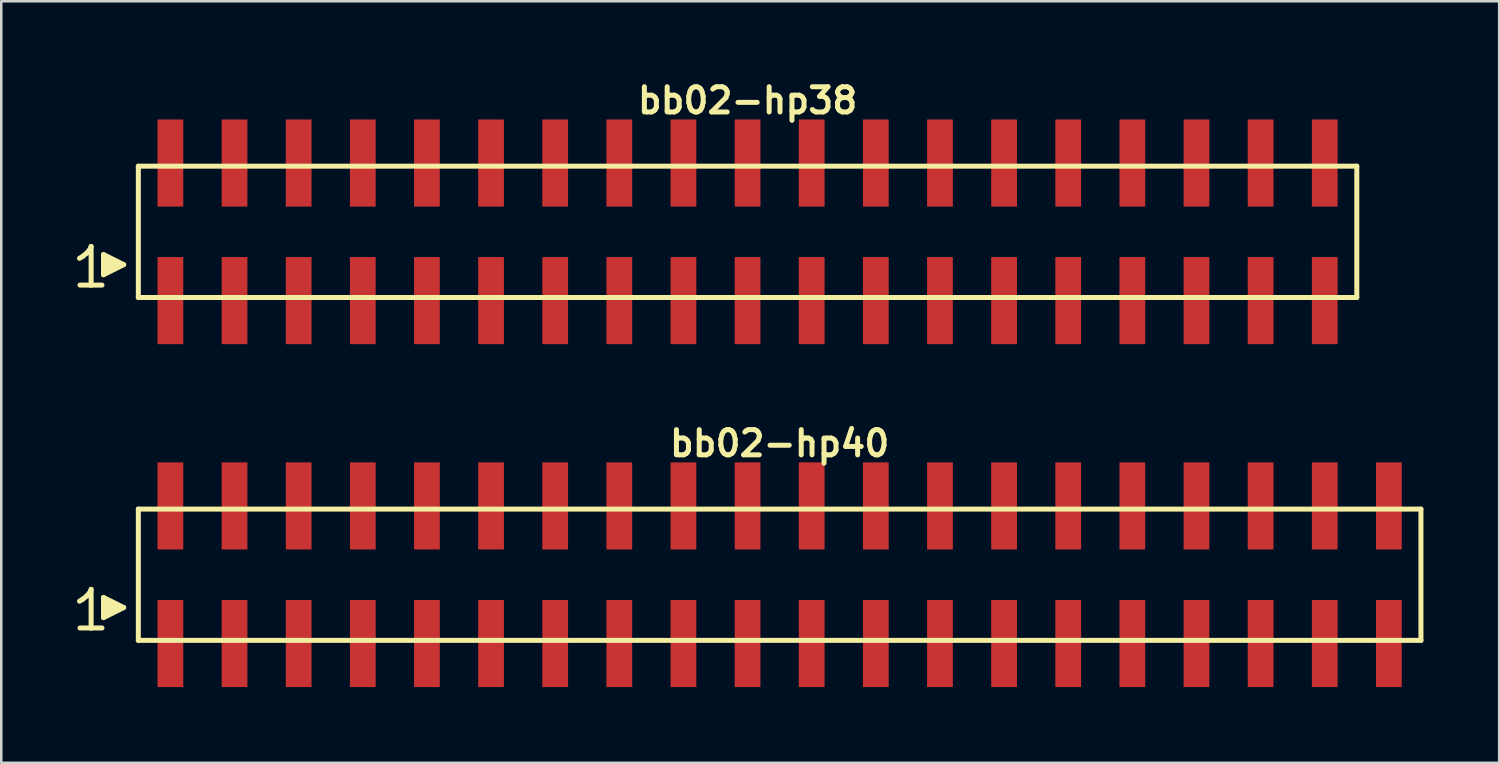
<source format=kicad_pcb>
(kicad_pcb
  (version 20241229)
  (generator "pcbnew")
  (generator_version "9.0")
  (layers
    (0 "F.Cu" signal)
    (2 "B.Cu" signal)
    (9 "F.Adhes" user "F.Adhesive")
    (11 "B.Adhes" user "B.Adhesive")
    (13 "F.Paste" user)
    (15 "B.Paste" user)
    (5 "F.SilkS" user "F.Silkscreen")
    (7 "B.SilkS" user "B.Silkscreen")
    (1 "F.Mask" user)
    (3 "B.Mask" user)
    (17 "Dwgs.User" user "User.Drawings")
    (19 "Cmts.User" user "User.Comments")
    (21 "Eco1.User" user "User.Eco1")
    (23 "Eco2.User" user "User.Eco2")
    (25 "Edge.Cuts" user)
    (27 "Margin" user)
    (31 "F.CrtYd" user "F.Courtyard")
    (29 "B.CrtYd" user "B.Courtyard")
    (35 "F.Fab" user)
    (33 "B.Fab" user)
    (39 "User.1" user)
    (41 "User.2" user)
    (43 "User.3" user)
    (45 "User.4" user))
  (footprint "bb02-hp40"
    (layer "F.Cu")
    (at 27.829 19.713)
    (property "Reference" "bb02-hp40" (at 0 -5.2 0) (layer "F.SilkS") (effects (font (size 0.998 0.998) (thickness 0.198))))
    (attr through_hole)
    (fp_line (start -27.73 1.05) (end -27.6 0.97) (stroke (width 0.198) (type solid)) (layer "F.SilkS"))
    (fp_line (start -27.6 0.97) (end -27.44 0.84) (stroke (width 0.198) (type solid)) (layer "F.SilkS"))
    (fp_line (start -27.44 0.84) (end -27.3 0.67) (stroke (width 0.198) (type solid)) (layer "F.SilkS"))
    (fp_line (start -27.3 0.67) (end -27.27 0.58) (stroke (width 0.198) (type solid)) (layer "F.SilkS"))
    (fp_line (start -27.27 0.58) (end -27.27 2.11) (stroke (width 0.198) (type solid)) (layer "F.SilkS"))
    (fp_line (start -27.27 2.11) (end -27.71 2.11) (stroke (width 0.198) (type solid)) (layer "F.SilkS"))
    (fp_line (start -26.84 2.11) (end -27.28 2.11) (stroke (width 0.198) (type solid)) (layer "F.SilkS"))
    (fp_line (start -26.78 0.9) (end -25.98 1.3) (stroke (width 0.198) (type solid)) (layer "F.SilkS"))
    (fp_line (start -26.78 1.7) (end -26.78 0.9) (stroke (width 0.198) (type solid)) (layer "F.SilkS"))
    (fp_line (start -26.68 1.6) (end -26.68 1) (stroke (width 0.198) (type solid)) (layer "F.SilkS"))
    (fp_line (start -26.58 1.1) (end -26.58 1.5) (stroke (width 0.198) (type solid)) (layer "F.SilkS"))
    (fp_line (start -26.48 1.5) (end -26.48 1.1) (stroke (width 0.198) (type solid)) (layer "F.SilkS"))
    (fp_line (start -26.38 1.2) (end -26.38 1.4) (stroke (width 0.198) (type solid)) (layer "F.SilkS"))
    (fp_line (start -26.28 1.4) (end -26.28 1.2) (stroke (width 0.198) (type solid)) (layer "F.SilkS"))
    (fp_line (start -25.98 1.3) (end -26.78 1.7) (stroke (width 0.198) (type solid)) (layer "F.SilkS"))
    (fp_line (start -25.4 -2.6) (end -25.4 2.6) (stroke (width 0.198) (type solid)) (layer "F.SilkS"))
    (fp_line (start -25.4 -2.6) (end 25.4 -2.6) (stroke (width 0.198) (type solid)) (layer "F.SilkS"))
    (fp_line (start 25.4 2.6) (end -25.4 2.6) (stroke (width 0.198) (type solid)) (layer "F.SilkS"))
    (fp_line (start 25.4 2.6) (end 25.4 -2.6) (stroke (width 0.198) (type solid)) (layer "F.SilkS"))
    (pad "1" smd rect (at -24.13 2.725) (size 1.02 3.45) (layers "F.Cu" "F.Mask" "F.Paste"))
    (pad "2" smd rect (at -24.13 -2.725) (size 1.02 3.45) (layers "F.Cu" "F.Mask" "F.Paste"))
    (pad "3" smd rect (at -21.59 2.725) (size 1.02 3.45) (layers "F.Cu" "F.Mask" "F.Paste"))
    (pad "4" smd rect (at -21.59 -2.725) (size 1.02 3.45) (layers "F.Cu" "F.Mask" "F.Paste"))
    (pad "5" smd rect (at -19.05 2.725) (size 1.02 3.45) (layers "F.Cu" "F.Mask" "F.Paste"))
    (pad "6" smd rect (at -19.05 -2.725) (size 1.02 3.45) (layers "F.Cu" "F.Mask" "F.Paste"))
    (pad "7" smd rect (at -16.51 2.725) (size 1.02 3.45) (layers "F.Cu" "F.Mask" "F.Paste"))
    (pad "8" smd rect (at -16.51 -2.725) (size 1.02 3.45) (layers "F.Cu" "F.Mask" "F.Paste"))
    (pad "9" smd rect (at -13.97 2.725) (size 1.02 3.45) (layers "F.Cu" "F.Mask" "F.Paste"))
    (pad "10" smd rect (at -13.97 -2.725) (size 1.02 3.45) (layers "F.Cu" "F.Mask" "F.Paste"))
    (pad "11" smd rect (at -11.43 2.725) (size 1.02 3.45) (layers "F.Cu" "F.Mask" "F.Paste"))
    (pad "12" smd rect (at -11.43 -2.725) (size 1.02 3.45) (layers "F.Cu" "F.Mask" "F.Paste"))
    (pad "13" smd rect (at -8.89 2.725) (size 1.02 3.45) (layers "F.Cu" "F.Mask" "F.Paste"))
    (pad "14" smd rect (at -8.89 -2.725) (size 1.02 3.45) (layers "F.Cu" "F.Mask" "F.Paste"))
    (pad "15" smd rect (at -6.35 2.725) (size 1.02 3.45) (layers "F.Cu" "F.Mask" "F.Paste"))
    (pad "16" smd rect (at -6.35 -2.725) (size 1.02 3.45) (layers "F.Cu" "F.Mask" "F.Paste"))
    (pad "17" smd rect (at -3.81 2.725) (size 1.02 3.45) (layers "F.Cu" "F.Mask" "F.Paste"))
    (pad "18" smd rect (at -3.81 -2.725) (size 1.02 3.45) (layers "F.Cu" "F.Mask" "F.Paste"))
    (pad "19" smd rect (at -1.27 2.725) (size 1.02 3.45) (layers "F.Cu" "F.Mask" "F.Paste"))
    (pad "20" smd rect (at -1.27 -2.725) (size 1.02 3.45) (layers "F.Cu" "F.Mask" "F.Paste"))
    (pad "21" smd rect (at 1.27 2.725) (size 1.02 3.45) (layers "F.Cu" "F.Mask" "F.Paste"))
    (pad "22" smd rect (at 1.27 -2.725) (size 1.02 3.45) (layers "F.Cu" "F.Mask" "F.Paste"))
    (pad "23" smd rect (at 3.81 2.725) (size 1.02 3.45) (layers "F.Cu" "F.Mask" "F.Paste"))
    (pad "24" smd rect (at 3.81 -2.725) (size 1.02 3.45) (layers "F.Cu" "F.Mask" "F.Paste"))
    (pad "25" smd rect (at 6.35 2.725) (size 1.02 3.45) (layers "F.Cu" "F.Mask" "F.Paste"))
    (pad "26" smd rect (at 6.35 -2.725) (size 1.02 3.45) (layers "F.Cu" "F.Mask" "F.Paste"))
    (pad "27" smd rect (at 8.89 2.725) (size 1.02 3.45) (layers "F.Cu" "F.Mask" "F.Paste"))
    (pad "28" smd rect (at 8.89 -2.725) (size 1.02 3.45) (layers "F.Cu" "F.Mask" "F.Paste"))
    (pad "29" smd rect (at 11.43 2.725) (size 1.02 3.45) (layers "F.Cu" "F.Mask" "F.Paste"))
    (pad "30" smd rect (at 11.43 -2.725) (size 1.02 3.45) (layers "F.Cu" "F.Mask" "F.Paste"))
    (pad "31" smd rect (at 13.97 2.725) (size 1.02 3.45) (layers "F.Cu" "F.Mask" "F.Paste"))
    (pad "32" smd rect (at 13.97 -2.725) (size 1.02 3.45) (layers "F.Cu" "F.Mask" "F.Paste"))
    (pad "33" smd rect (at 16.51 2.725) (size 1.02 3.45) (layers "F.Cu" "F.Mask" "F.Paste"))
    (pad "34" smd rect (at 16.51 -2.725) (size 1.02 3.45) (layers "F.Cu" "F.Mask" "F.Paste"))
    (pad "35" smd rect (at 19.05 2.725) (size 1.02 3.45) (layers "F.Cu" "F.Mask" "F.Paste"))
    (pad "36" smd rect (at 19.05 -2.725) (size 1.02 3.45) (layers "F.Cu" "F.Mask" "F.Paste"))
    (pad "37" smd rect (at 21.59 2.725) (size 1.02 3.45) (layers "F.Cu" "F.Mask" "F.Paste"))
    (pad "38" smd rect (at 21.59 -2.725) (size 1.02 3.45) (layers "F.Cu" "F.Mask" "F.Paste"))
    (pad "39" smd rect (at 24.13 2.725) (size 1.02 3.45) (layers "F.Cu" "F.Mask" "F.Paste"))
    (pad "40" smd rect (at 24.13 -2.725) (size 1.02 3.45) (layers "F.Cu" "F.Mask" "F.Paste")))
  (footprint "bb02-hp38"
    (layer "F.Cu")
    (at 26.559 6.132)
    (property "Reference" "bb02-hp38" (at 0 -5.2 0) (layer "F.SilkS") (effects (font (size 0.998 0.998) (thickness 0.198))))
    (attr through_hole)
    (fp_line (start -26.46 1.05) (end -26.33 0.97) (stroke (width 0.198) (type solid)) (layer "F.SilkS"))
    (fp_line (start -26.33 0.97) (end -26.17 0.84) (stroke (width 0.198) (type solid)) (layer "F.SilkS"))
    (fp_line (start -26.17 0.84) (end -26.03 0.67) (stroke (width 0.198) (type solid)) (layer "F.SilkS"))
    (fp_line (start -26.03 0.67) (end -26 0.58) (stroke (width 0.198) (type solid)) (layer "F.SilkS"))
    (fp_line (start -26 0.58) (end -26 2.11) (stroke (width 0.198) (type solid)) (layer "F.SilkS"))
    (fp_line (start -26 2.11) (end -26.44 2.11) (stroke (width 0.198) (type solid)) (layer "F.SilkS"))
    (fp_line (start -25.57 2.11) (end -26.01 2.11) (stroke (width 0.198) (type solid)) (layer "F.SilkS"))
    (fp_line (start -25.51 0.9) (end -24.71 1.3) (stroke (width 0.198) (type solid)) (layer "F.SilkS"))
    (fp_line (start -25.51 1.7) (end -25.51 0.9) (stroke (width 0.198) (type solid)) (layer "F.SilkS"))
    (fp_line (start -25.41 1.6) (end -25.41 1) (stroke (width 0.198) (type solid)) (layer "F.SilkS"))
    (fp_line (start -25.31 1.1) (end -25.31 1.5) (stroke (width 0.198) (type solid)) (layer "F.SilkS"))
    (fp_line (start -25.21 1.5) (end -25.21 1.1) (stroke (width 0.198) (type solid)) (layer "F.SilkS"))
    (fp_line (start -25.11 1.2) (end -25.11 1.4) (stroke (width 0.198) (type solid)) (layer "F.SilkS"))
    (fp_line (start -25.01 1.4) (end -25.01 1.2) (stroke (width 0.198) (type solid)) (layer "F.SilkS"))
    (fp_line (start -24.71 1.3) (end -25.51 1.7) (stroke (width 0.198) (type solid)) (layer "F.SilkS"))
    (fp_line (start -24.13 -2.6) (end -24.13 2.6) (stroke (width 0.198) (type solid)) (layer "F.SilkS"))
    (fp_line (start -24.13 -2.6) (end 24.13 -2.6) (stroke (width 0.198) (type solid)) (layer "F.SilkS"))
    (fp_line (start 24.13 2.6) (end -24.13 2.6) (stroke (width 0.198) (type solid)) (layer "F.SilkS"))
    (fp_line (start 24.13 2.6) (end 24.13 -2.6) (stroke (width 0.198) (type solid)) (layer "F.SilkS"))
    (pad "1" smd rect (at -22.86 2.725) (size 1.02 3.45) (layers "F.Cu" "F.Mask" "F.Paste"))
    (pad "2" smd rect (at -22.86 -2.725) (size 1.02 3.45) (layers "F.Cu" "F.Mask" "F.Paste"))
    (pad "3" smd rect (at -20.32 2.725) (size 1.02 3.45) (layers "F.Cu" "F.Mask" "F.Paste"))
    (pad "4" smd rect (at -20.32 -2.725) (size 1.02 3.45) (layers "F.Cu" "F.Mask" "F.Paste"))
    (pad "5" smd rect (at -17.78 2.725) (size 1.02 3.45) (layers "F.Cu" "F.Mask" "F.Paste"))
    (pad "6" smd rect (at -17.78 -2.725) (size 1.02 3.45) (layers "F.Cu" "F.Mask" "F.Paste"))
    (pad "7" smd rect (at -15.24 2.725) (size 1.02 3.45) (layers "F.Cu" "F.Mask" "F.Paste"))
    (pad "8" smd rect (at -15.24 -2.725) (size 1.02 3.45) (layers "F.Cu" "F.Mask" "F.Paste"))
    (pad "9" smd rect (at -12.7 2.725) (size 1.02 3.45) (layers "F.Cu" "F.Mask" "F.Paste"))
    (pad "10" smd rect (at -12.7 -2.725) (size 1.02 3.45) (layers "F.Cu" "F.Mask" "F.Paste"))
    (pad "11" smd rect (at -10.16 2.725) (size 1.02 3.45) (layers "F.Cu" "F.Mask" "F.Paste"))
    (pad "12" smd rect (at -10.16 -2.725) (size 1.02 3.45) (layers "F.Cu" "F.Mask" "F.Paste"))
    (pad "13" smd rect (at -7.62 2.725) (size 1.02 3.45) (layers "F.Cu" "F.Mask" "F.Paste"))
    (pad "14" smd rect (at -7.62 -2.725) (size 1.02 3.45) (layers "F.Cu" "F.Mask" "F.Paste"))
    (pad "15" smd rect (at -5.08 2.725) (size 1.02 3.45) (layers "F.Cu" "F.Mask" "F.Paste"))
    (pad "16" smd rect (at -5.08 -2.725) (size 1.02 3.45) (layers "F.Cu" "F.Mask" "F.Paste"))
    (pad "17" smd rect (at -2.54 2.725) (size 1.02 3.45) (layers "F.Cu" "F.Mask" "F.Paste"))
    (pad "18" smd rect (at -2.54 -2.725) (size 1.02 3.45) (layers "F.Cu" "F.Mask" "F.Paste"))
    (pad "19" smd rect (at 0 2.725) (size 1.02 3.45) (layers "F.Cu" "F.Mask" "F.Paste"))
    (pad "20" smd rect (at 0 -2.725) (size 1.02 3.45) (layers "F.Cu" "F.Mask" "F.Paste"))
    (pad "21" smd rect (at 2.54 2.725) (size 1.02 3.45) (layers "F.Cu" "F.Mask" "F.Paste"))
    (pad "22" smd rect (at 2.54 -2.725) (size 1.02 3.45) (layers "F.Cu" "F.Mask" "F.Paste"))
    (pad "23" smd rect (at 5.08 2.725) (size 1.02 3.45) (layers "F.Cu" "F.Mask" "F.Paste"))
    (pad "24" smd rect (at 5.08 -2.725) (size 1.02 3.45) (layers "F.Cu" "F.Mask" "F.Paste"))
    (pad "25" smd rect (at 7.62 2.725) (size 1.02 3.45) (layers "F.Cu" "F.Mask" "F.Paste"))
    (pad "26" smd rect (at 7.62 -2.725) (size 1.02 3.45) (layers "F.Cu" "F.Mask" "F.Paste"))
    (pad "27" smd rect (at 10.16 2.725) (size 1.02 3.45) (layers "F.Cu" "F.Mask" "F.Paste"))
    (pad "28" smd rect (at 10.16 -2.725) (size 1.02 3.45) (layers "F.Cu" "F.Mask" "F.Paste"))
    (pad "29" smd rect (at 12.7 2.725) (size 1.02 3.45) (layers "F.Cu" "F.Mask" "F.Paste"))
    (pad "30" smd rect (at 12.7 -2.725) (size 1.02 3.45) (layers "F.Cu" "F.Mask" "F.Paste"))
    (pad "31" smd rect (at 15.24 2.725) (size 1.02 3.45) (layers "F.Cu" "F.Mask" "F.Paste"))
    (pad "32" smd rect (at 15.24 -2.725) (size 1.02 3.45) (layers "F.Cu" "F.Mask" "F.Paste"))
    (pad "33" smd rect (at 17.78 2.725) (size 1.02 3.45) (layers "F.Cu" "F.Mask" "F.Paste"))
    (pad "34" smd rect (at 17.78 -2.725) (size 1.02 3.45) (layers "F.Cu" "F.Mask" "F.Paste"))
    (pad "35" smd rect (at 20.32 2.725) (size 1.02 3.45) (layers "F.Cu" "F.Mask" "F.Paste"))
    (pad "36" smd rect (at 20.32 -2.725) (size 1.02 3.45) (layers "F.Cu" "F.Mask" "F.Paste"))
    (pad "37" smd rect (at 22.86 2.725) (size 1.02 3.45) (layers "F.Cu" "F.Mask" "F.Paste"))
    (pad "38" smd rect (at 22.86 -2.725) (size 1.02 3.45) (layers "F.Cu" "F.Mask" "F.Paste")))
  (gr_rect
    (start -3 -3)
    (end 56.328 27.163)
    (stroke (width 0.1) (type default))
    (fill no)
    (layer "Edge.Cuts")))
</source>
